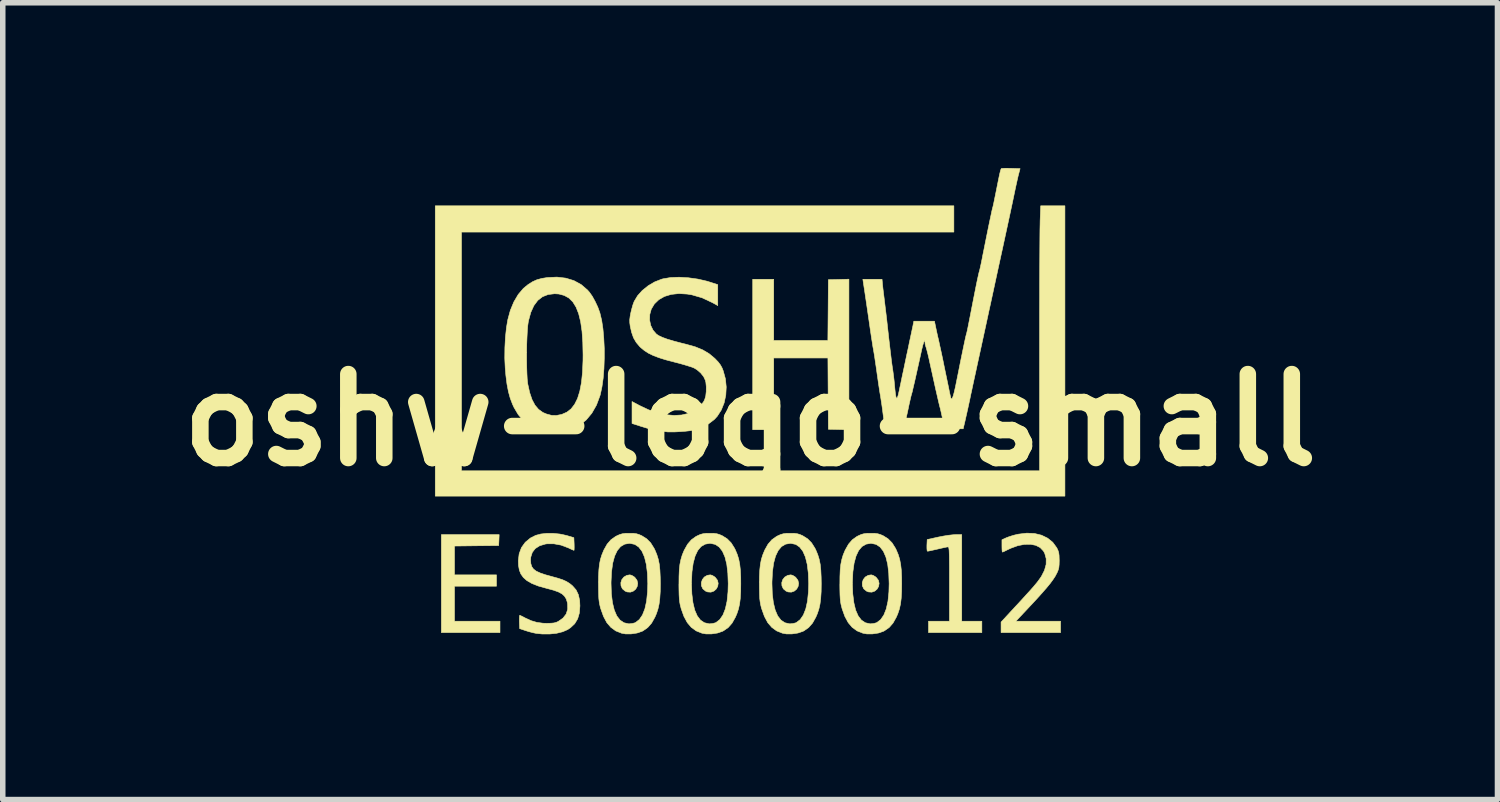
<source format=kicad_pcb>
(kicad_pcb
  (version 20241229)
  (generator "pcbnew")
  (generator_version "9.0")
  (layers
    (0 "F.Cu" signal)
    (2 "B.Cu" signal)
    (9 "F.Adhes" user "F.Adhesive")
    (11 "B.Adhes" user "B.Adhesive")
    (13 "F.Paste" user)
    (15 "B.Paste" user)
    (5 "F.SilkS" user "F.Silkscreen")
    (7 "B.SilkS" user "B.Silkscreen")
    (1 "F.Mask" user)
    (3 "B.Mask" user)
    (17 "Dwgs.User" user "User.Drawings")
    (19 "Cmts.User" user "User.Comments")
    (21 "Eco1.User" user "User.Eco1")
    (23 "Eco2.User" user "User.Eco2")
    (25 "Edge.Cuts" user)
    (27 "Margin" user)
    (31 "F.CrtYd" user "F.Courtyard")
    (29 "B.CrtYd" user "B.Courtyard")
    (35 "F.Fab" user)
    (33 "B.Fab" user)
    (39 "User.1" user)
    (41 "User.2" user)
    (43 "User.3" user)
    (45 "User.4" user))
  (footprint "oshw-logo-small"
    (layer "F.Cu")
    (at 10.566 4.575)
    (property "Reference" "oshw-logo-small" (at 0 0 0) (layer "F.SilkS") (effects (font (size 1.524 1.524) (thickness 0.3))))
    (attr through_hole)
    (fp_poly (pts (xy -4.559 2.179) (xy -4.564 2.278) (xy -4.965 2.282) (xy -5.366 2.287) (xy -5.366 2.81) (xy -4.604 2.81) (xy -4.604 3.016) (xy -5.366 3.016) (xy -5.366 3.651) (xy -4.54 3.651) (xy -4.54 3.858) (xy -5.604 3.858) (xy -5.604 2.08) (xy -4.555 2.08) (xy -4.559 2.179)) (stroke (width 0.01) (type solid)) (fill yes) (layer "F.SilkS"))
    (fp_poly (pts (xy 1.794 0.176) (xy 1.607 0.171) (xy 1.421 0.167) (xy 1.413 -1.127) (xy 0.429 -1.127) (xy 0.429 0.175) (xy 0.048 0.175) (xy 0.048 -2.556) (xy 0.429 -2.556) (xy 0.429 -1.445) (xy 1.412 -1.445) (xy 1.417 -1.996) (xy 1.421 -2.548) (xy 1.607 -2.552) (xy 1.794 -2.557) (xy 1.794 0.176)) (stroke (width 0.01) (type solid)) (fill yes) (layer "F.SilkS"))
    (fp_poly (pts (xy -2.146 2.82) (xy -2.104 2.846) (xy -2.092 2.856) (xy -2.053 2.908) (xy -2.04 2.964) (xy -2.049 3.02) (xy -2.076 3.069) (xy -2.119 3.105) (xy -2.172 3.124) (xy -2.232 3.12) (xy -2.268 3.105) (xy -2.318 3.063) (xy -2.343 3.009) (xy -2.346 2.952) (xy -2.328 2.896) (xy -2.291 2.85) (xy -2.238 2.819) (xy -2.182 2.81) (xy -2.146 2.82)) (stroke (width 0.01) (type solid)) (fill yes) (layer "F.SilkS"))
    (fp_poly (pts (xy -0.686 2.82) (xy -0.644 2.846) (xy -0.632 2.856) (xy -0.592 2.908) (xy -0.579 2.964) (xy -0.588 3.02) (xy -0.616 3.069) (xy -0.658 3.105) (xy -0.711 3.124) (xy -0.771 3.12) (xy -0.808 3.105) (xy -0.858 3.063) (xy -0.883 3.009) (xy -0.885 2.952) (xy -0.867 2.896) (xy -0.831 2.85) (xy -0.778 2.819) (xy -0.722 2.81) (xy -0.686 2.82)) (stroke (width 0.01) (type solid)) (fill yes) (layer "F.SilkS"))
    (fp_poly (pts (xy 0.775 2.82) (xy 0.817 2.846) (xy 0.829 2.856) (xy 0.868 2.908) (xy 0.881 2.964) (xy 0.872 3.02) (xy 0.845 3.069) (xy 0.802 3.105) (xy 0.749 3.124) (xy 0.689 3.12) (xy 0.653 3.105) (xy 0.603 3.063) (xy 0.578 3.009) (xy 0.575 2.952) (xy 0.593 2.896) (xy 0.63 2.85) (xy 0.683 2.819) (xy 0.739 2.81) (xy 0.775 2.82)) (stroke (width 0.01) (type solid)) (fill yes) (layer "F.SilkS"))
    (fp_poly (pts (xy 2.235 2.82) (xy 2.277 2.846) (xy 2.289 2.856) (xy 2.329 2.908) (xy 2.342 2.964) (xy 2.333 3.02) (xy 2.305 3.069) (xy 2.263 3.105) (xy 2.21 3.124) (xy 2.15 3.12) (xy 2.113 3.105) (xy 2.063 3.063) (xy 2.038 3.009) (xy 2.036 2.952) (xy 2.054 2.896) (xy 2.09 2.85) (xy 2.143 2.819) (xy 2.199 2.81) (xy 2.235 2.82)) (stroke (width 0.01) (type solid)) (fill yes) (layer "F.SilkS"))
    (fp_poly (pts (xy 3.699 -3.413) (xy -5.239 -3.413) (xy -5.239 0.921) (xy 5.255 0.921) (xy 5.255 -1.21) (xy 5.255 -1.474) (xy 5.255 -1.732) (xy 5.255 -1.982) (xy 5.256 -2.223) (xy 5.256 -2.452) (xy 5.257 -2.668) (xy 5.258 -2.867) (xy 5.259 -3.048) (xy 5.26 -3.209) (xy 5.261 -3.347) (xy 5.262 -3.461) (xy 5.264 -3.548) (xy 5.265 -3.605) (xy 5.265 -3.616) (xy 5.275 -3.889) (xy 5.715 -3.889) (xy 5.715 1.381) (xy -5.715 1.381) (xy -5.715 -3.889) (xy 3.699 -3.889) (xy 3.699 -3.413)) (stroke (width 0.01) (type solid)) (fill yes) (layer "F.SilkS"))
    (fp_poly (pts (xy 3.842 3.651) (xy 4.207 3.651) (xy 4.207 3.858) (xy 3.239 3.858) (xy 3.239 3.651) (xy 3.619 3.651) (xy 3.619 2.977) (xy 3.619 2.811) (xy 3.619 2.674) (xy 3.618 2.564) (xy 3.617 2.477) (xy 3.615 2.412) (xy 3.613 2.364) (xy 3.609 2.332) (xy 3.605 2.313) (xy 3.6 2.304) (xy 3.596 2.302) (xy 3.571 2.305) (xy 3.523 2.315) (xy 3.459 2.329) (xy 3.404 2.342) (xy 3.334 2.358) (xy 3.275 2.371) (xy 3.235 2.379) (xy 3.22 2.381) (xy 3.213 2.367) (xy 3.21 2.328) (xy 3.21 2.275) (xy 3.215 2.169) (xy 3.413 2.125) (xy 3.51 2.106) (xy 3.605 2.091) (xy 3.687 2.082) (xy 3.727 2.08) (xy 3.842 2.08) (xy 3.842 3.651)) (stroke (width 0.01) (type solid)) (fill yes) (layer "F.SilkS"))
    (fp_poly (pts (xy 5.163 2.059) (xy 5.29 2.09) (xy 5.401 2.144) (xy 5.494 2.219) (xy 5.564 2.315) (xy 5.569 2.323) (xy 5.59 2.368) (xy 5.603 2.41) (xy 5.609 2.459) (xy 5.611 2.527) (xy 5.612 2.548) (xy 5.61 2.622) (xy 5.605 2.676) (xy 5.593 2.722) (xy 5.573 2.77) (xy 5.566 2.783) (xy 5.537 2.838) (xy 5.498 2.897) (xy 5.448 2.965) (xy 5.384 3.043) (xy 5.304 3.135) (xy 5.207 3.243) (xy 5.088 3.371) (xy 5.082 3.377) (xy 4.825 3.651) (xy 5.636 3.651) (xy 5.636 3.858) (xy 4.556 3.858) (xy 4.556 3.667) (xy 4.824 3.377) (xy 4.928 3.265) (xy 5.012 3.172) (xy 5.081 3.097) (xy 5.135 3.036) (xy 5.178 2.985) (xy 5.213 2.943) (xy 5.241 2.905) (xy 5.266 2.87) (xy 5.288 2.838) (xy 5.344 2.728) (xy 5.374 2.62) (xy 5.375 2.516) (xy 5.349 2.421) (xy 5.325 2.377) (xy 5.266 2.315) (xy 5.186 2.274) (xy 5.09 2.255) (xy 4.98 2.257) (xy 4.86 2.28) (xy 4.734 2.326) (xy 4.68 2.351) (xy 4.632 2.375) (xy 4.596 2.392) (xy 4.58 2.397) (xy 4.576 2.383) (xy 4.573 2.344) (xy 4.572 2.29) (xy 4.572 2.285) (xy 4.572 2.173) (xy 4.655 2.135) (xy 4.712 2.114) (xy 4.786 2.091) (xy 4.862 2.073) (xy 4.873 2.071) (xy 5.023 2.053) (xy 5.163 2.059)) (stroke (width 0.01) (type solid)) (fill yes) (layer "F.SilkS"))
    (fp_poly (pts (xy -2.117 2.057) (xy -2.063 2.064) (xy -2.016 2.078) (xy -1.966 2.1) (xy -1.877 2.156) (xy -1.805 2.229) (xy -1.744 2.326) (xy -1.728 2.358) (xy -1.693 2.442) (xy -1.667 2.526) (xy -1.648 2.619) (xy -1.637 2.725) (xy -1.631 2.852) (xy -1.629 2.969) (xy -1.631 3.115) (xy -1.639 3.237) (xy -1.652 3.34) (xy -1.672 3.43) (xy -1.7 3.514) (xy -1.728 3.579) (xy -1.788 3.686) (xy -1.858 3.766) (xy -1.942 3.825) (xy -1.959 3.834) (xy -2.052 3.866) (xy -2.158 3.882) (xy -2.263 3.882) (xy -2.334 3.869) (xy -2.439 3.827) (xy -2.527 3.763) (xy -2.601 3.677) (xy -2.661 3.564) (xy -2.711 3.424) (xy -2.718 3.4) (xy -2.73 3.349) (xy -2.739 3.298) (xy -2.746 3.24) (xy -2.749 3.169) (xy -2.751 3.077) (xy -2.752 2.985) (xy -2.752 2.969) (xy -2.524 2.969) (xy -2.518 3.156) (xy -2.498 3.317) (xy -2.465 3.45) (xy -2.42 3.555) (xy -2.361 3.631) (xy -2.291 3.679) (xy -2.208 3.698) (xy -2.194 3.699) (xy -2.139 3.693) (xy -2.089 3.68) (xy -2.081 3.676) (xy -2.011 3.622) (xy -1.954 3.539) (xy -1.91 3.428) (xy -1.879 3.288) (xy -1.862 3.121) (xy -1.857 2.969) (xy -1.864 2.78) (xy -1.884 2.619) (xy -1.917 2.486) (xy -1.963 2.381) (xy -2.022 2.305) (xy -2.093 2.257) (xy -2.178 2.239) (xy -2.191 2.238) (xy -2.277 2.253) (xy -2.35 2.296) (xy -2.411 2.369) (xy -2.459 2.469) (xy -2.494 2.598) (xy -2.515 2.755) (xy -2.524 2.94) (xy -2.524 2.969) (xy -2.752 2.969) (xy -2.751 2.839) (xy -2.745 2.719) (xy -2.734 2.618) (xy -2.717 2.531) (xy -2.692 2.45) (xy -2.659 2.37) (xy -2.654 2.358) (xy -2.595 2.253) (xy -2.527 2.174) (xy -2.443 2.114) (xy -2.416 2.1) (xy -2.364 2.077) (xy -2.317 2.064) (xy -2.262 2.057) (xy -2.191 2.056) (xy -2.117 2.057)) (stroke (width 0.01) (type solid)) (fill yes) (layer "F.SilkS"))
    (fp_poly (pts (xy -0.657 2.057) (xy -0.603 2.064) (xy -0.556 2.078) (xy -0.505 2.1) (xy -0.416 2.156) (xy -0.344 2.229) (xy -0.283 2.326) (xy -0.267 2.358) (xy -0.232 2.442) (xy -0.206 2.526) (xy -0.188 2.619) (xy -0.176 2.725) (xy -0.17 2.852) (xy -0.169 2.969) (xy -0.171 3.115) (xy -0.178 3.237) (xy -0.191 3.34) (xy -0.211 3.43) (xy -0.239 3.514) (xy -0.267 3.579) (xy -0.327 3.686) (xy -0.397 3.766) (xy -0.482 3.825) (xy -0.499 3.834) (xy -0.591 3.866) (xy -0.697 3.882) (xy -0.803 3.882) (xy -0.874 3.869) (xy -0.979 3.827) (xy -1.067 3.763) (xy -1.14 3.677) (xy -1.201 3.564) (xy -1.251 3.424) (xy -1.257 3.4) (xy -1.27 3.349) (xy -1.279 3.298) (xy -1.285 3.24) (xy -1.289 3.169) (xy -1.291 3.077) (xy -1.292 2.985) (xy -1.291 2.969) (xy -1.064 2.969) (xy -1.057 3.156) (xy -1.037 3.317) (xy -1.005 3.45) (xy -0.959 3.555) (xy -0.901 3.631) (xy -0.83 3.679) (xy -0.747 3.698) (xy -0.733 3.699) (xy -0.678 3.693) (xy -0.629 3.68) (xy -0.62 3.676) (xy -0.55 3.622) (xy -0.493 3.539) (xy -0.449 3.428) (xy -0.418 3.288) (xy -0.401 3.121) (xy -0.397 2.969) (xy -0.404 2.78) (xy -0.423 2.619) (xy -0.456 2.486) (xy -0.502 2.381) (xy -0.561 2.305) (xy -0.633 2.257) (xy -0.717 2.239) (xy -0.73 2.238) (xy -0.816 2.253) (xy -0.89 2.296) (xy -0.951 2.369) (xy -0.998 2.469) (xy -1.033 2.598) (xy -1.055 2.755) (xy -1.063 2.94) (xy -1.064 2.969) (xy -1.291 2.969) (xy -1.29 2.839) (xy -1.285 2.719) (xy -1.274 2.618) (xy -1.256 2.531) (xy -1.232 2.45) (xy -1.199 2.37) (xy -1.193 2.358) (xy -1.134 2.253) (xy -1.066 2.174) (xy -0.983 2.114) (xy -0.955 2.1) (xy -0.904 2.077) (xy -0.856 2.064) (xy -0.802 2.057) (xy -0.73 2.056) (xy -0.657 2.057)) (stroke (width 0.01) (type solid)) (fill yes) (layer "F.SilkS"))
    (fp_poly (pts (xy 0.804 2.057) (xy 0.858 2.064) (xy 0.905 2.078) (xy 0.955 2.1) (xy 1.044 2.156) (xy 1.116 2.229) (xy 1.177 2.326) (xy 1.193 2.358) (xy 1.228 2.442) (xy 1.254 2.526) (xy 1.273 2.619) (xy 1.284 2.725) (xy 1.29 2.852) (xy 1.292 2.969) (xy 1.29 3.115) (xy 1.282 3.237) (xy 1.269 3.34) (xy 1.249 3.43) (xy 1.221 3.514) (xy 1.193 3.579) (xy 1.133 3.686) (xy 1.063 3.766) (xy 0.979 3.825) (xy 0.962 3.834) (xy 0.869 3.866) (xy 0.763 3.882) (xy 0.658 3.882) (xy 0.587 3.869) (xy 0.482 3.827) (xy 0.394 3.763) (xy 0.32 3.677) (xy 0.26 3.564) (xy 0.21 3.424) (xy 0.203 3.4) (xy 0.191 3.349) (xy 0.182 3.298) (xy 0.175 3.24) (xy 0.172 3.169) (xy 0.17 3.077) (xy 0.169 2.985) (xy 0.169 2.969) (xy 0.397 2.969) (xy 0.403 3.156) (xy 0.423 3.317) (xy 0.456 3.45) (xy 0.501 3.555) (xy 0.56 3.631) (xy 0.63 3.679) (xy 0.713 3.698) (xy 0.727 3.699) (xy 0.782 3.693) (xy 0.832 3.68) (xy 0.84 3.676) (xy 0.91 3.622) (xy 0.967 3.539) (xy 1.011 3.428) (xy 1.042 3.288) (xy 1.059 3.121) (xy 1.064 2.969) (xy 1.057 2.78) (xy 1.037 2.619) (xy 1.004 2.486) (xy 0.958 2.381) (xy 0.899 2.305) (xy 0.828 2.257) (xy 0.743 2.239) (xy 0.73 2.238) (xy 0.644 2.253) (xy 0.571 2.296) (xy 0.51 2.369) (xy 0.462 2.469) (xy 0.427 2.598) (xy 0.406 2.755) (xy 0.397 2.94) (xy 0.397 2.969) (xy 0.169 2.969) (xy 0.17 2.839) (xy 0.176 2.719) (xy 0.187 2.618) (xy 0.204 2.531) (xy 0.229 2.45) (xy 0.262 2.37) (xy 0.267 2.358) (xy 0.326 2.253) (xy 0.394 2.174) (xy 0.478 2.114) (xy 0.505 2.1) (xy 0.557 2.077) (xy 0.604 2.064) (xy 0.659 2.057) (xy 0.73 2.056) (xy 0.804 2.057)) (stroke (width 0.01) (type solid)) (fill yes) (layer "F.SilkS"))
    (fp_poly (pts (xy 2.264 2.057) (xy 2.318 2.064) (xy 2.365 2.078) (xy 2.416 2.1) (xy 2.505 2.156) (xy 2.577 2.229) (xy 2.638 2.326) (xy 2.654 2.358) (xy 2.689 2.442) (xy 2.715 2.526) (xy 2.733 2.619) (xy 2.745 2.725) (xy 2.751 2.852) (xy 2.752 2.969) (xy 2.75 3.115) (xy 2.743 3.237) (xy 2.73 3.34) (xy 2.71 3.43) (xy 2.682 3.514) (xy 2.654 3.579) (xy 2.594 3.686) (xy 2.524 3.766) (xy 2.439 3.825) (xy 2.422 3.834) (xy 2.33 3.866) (xy 2.224 3.882) (xy 2.118 3.882) (xy 2.047 3.869) (xy 1.942 3.827) (xy 1.854 3.763) (xy 1.781 3.677) (xy 1.72 3.564) (xy 1.67 3.424) (xy 1.664 3.4) (xy 1.651 3.349) (xy 1.642 3.298) (xy 1.636 3.24) (xy 1.632 3.169) (xy 1.63 3.077) (xy 1.629 2.985) (xy 1.63 2.969) (xy 1.857 2.969) (xy 1.864 3.156) (xy 1.884 3.317) (xy 1.916 3.45) (xy 1.962 3.555) (xy 2.02 3.631) (xy 2.091 3.679) (xy 2.174 3.698) (xy 2.188 3.699) (xy 2.243 3.693) (xy 2.292 3.68) (xy 2.301 3.676) (xy 2.371 3.622) (xy 2.428 3.539) (xy 2.472 3.428) (xy 2.503 3.288) (xy 2.52 3.121) (xy 2.524 2.969) (xy 2.517 2.78) (xy 2.498 2.619) (xy 2.465 2.486) (xy 2.419 2.381) (xy 2.36 2.305) (xy 2.288 2.257) (xy 2.204 2.239) (xy 2.191 2.238) (xy 2.105 2.253) (xy 2.031 2.296) (xy 1.97 2.369) (xy 1.923 2.469) (xy 1.888 2.598) (xy 1.866 2.755) (xy 1.858 2.94) (xy 1.857 2.969) (xy 1.63 2.969) (xy 1.631 2.839) (xy 1.636 2.719) (xy 1.647 2.618) (xy 1.665 2.531) (xy 1.689 2.45) (xy 1.722 2.37) (xy 1.728 2.358) (xy 1.787 2.253) (xy 1.855 2.174) (xy 1.938 2.114) (xy 1.966 2.1) (xy 2.017 2.077) (xy 2.065 2.064) (xy 2.119 2.057) (xy 2.191 2.056) (xy 2.264 2.057)) (stroke (width 0.01) (type solid)) (fill yes) (layer "F.SilkS"))
    (fp_poly (pts (xy -3.574 2.057) (xy -3.454 2.069) (xy -3.341 2.093) (xy -3.326 2.097) (xy -3.199 2.135) (xy -3.194 2.25) (xy -3.193 2.306) (xy -3.194 2.347) (xy -3.196 2.365) (xy -3.197 2.365) (xy -3.214 2.359) (xy -3.251 2.343) (xy -3.301 2.319) (xy -3.302 2.319) (xy -3.432 2.27) (xy -3.562 2.246) (xy -3.685 2.246) (xy -3.718 2.251) (xy -3.821 2.282) (xy -3.9 2.333) (xy -3.953 2.401) (xy -3.981 2.488) (xy -3.985 2.542) (xy -3.98 2.607) (xy -3.963 2.661) (xy -3.932 2.705) (xy -3.882 2.743) (xy -3.811 2.776) (xy -3.714 2.809) (xy -3.601 2.84) (xy -3.489 2.871) (xy -3.401 2.9) (xy -3.331 2.932) (xy -3.273 2.969) (xy -3.224 3.009) (xy -3.159 3.083) (xy -3.117 3.17) (xy -3.094 3.275) (xy -3.089 3.373) (xy -3.099 3.502) (xy -3.13 3.608) (xy -3.183 3.696) (xy -3.26 3.769) (xy -3.312 3.804) (xy -3.402 3.843) (xy -3.514 3.871) (xy -3.64 3.884) (xy -3.771 3.884) (xy -3.885 3.872) (xy -3.946 3.859) (xy -4.018 3.84) (xy -4.076 3.822) (xy -4.183 3.786) (xy -4.188 3.662) (xy -4.188 3.604) (xy -4.186 3.562) (xy -4.181 3.543) (xy -4.18 3.543) (xy -4.16 3.553) (xy -4.121 3.572) (xy -4.088 3.59) (xy -3.975 3.642) (xy -3.87 3.673) (xy -3.76 3.688) (xy -3.691 3.69) (xy -3.614 3.688) (xy -3.559 3.683) (xy -3.516 3.671) (xy -3.481 3.655) (xy -3.396 3.595) (xy -3.339 3.522) (xy -3.311 3.435) (xy -3.313 3.337) (xy -3.318 3.309) (xy -3.337 3.248) (xy -3.368 3.198) (xy -3.413 3.156) (xy -3.478 3.121) (xy -3.566 3.089) (xy -3.681 3.058) (xy -3.693 3.055) (xy -3.843 3.013) (xy -3.962 2.966) (xy -4.053 2.913) (xy -4.116 2.857) (xy -4.161 2.794) (xy -4.189 2.723) (xy -4.204 2.637) (xy -4.207 2.554) (xy -4.192 2.428) (xy -4.15 2.315) (xy -4.081 2.219) (xy -3.988 2.142) (xy -3.891 2.093) (xy -3.802 2.069) (xy -3.694 2.057) (xy -3.574 2.057)) (stroke (width 0.01) (type solid)) (fill yes) (layer "F.SilkS"))
    (fp_poly (pts (xy -3.345 -2.576) (xy -3.198 -2.531) (xy -3.066 -2.459) (xy -2.952 -2.361) (xy -2.916 -2.32) (xy -2.864 -2.246) (xy -2.812 -2.151) (xy -2.764 -2.049) (xy -2.728 -1.95) (xy -2.725 -1.939) (xy -2.694 -1.809) (xy -2.671 -1.656) (xy -2.656 -1.484) (xy -2.647 -1.303) (xy -2.647 -1.117) (xy -2.653 -0.933) (xy -2.667 -0.759) (xy -2.689 -0.602) (xy -2.718 -0.467) (xy -2.725 -0.442) (xy -2.789 -0.271) (xy -2.873 -0.124) (xy -2.975 -0.002) (xy -3.094 0.093) (xy -3.23 0.162) (xy -3.382 0.203) (xy -3.549 0.217) (xy -3.699 0.207) (xy -3.798 0.189) (xy -3.883 0.161) (xy -3.968 0.117) (xy -4.018 0.085) (xy -4.123 0.002) (xy -4.21 -0.101) (xy -4.285 -0.228) (xy -4.312 -0.286) (xy -4.354 -0.396) (xy -4.387 -0.516) (xy -4.413 -0.652) (xy -4.433 -0.809) (xy -4.445 -0.946) (xy -4.452 -1.096) (xy -4.057 -1.096) (xy -4.055 -0.966) (xy -4.051 -0.847) (xy -4.046 -0.746) (xy -4.038 -0.668) (xy -4.035 -0.651) (xy -4.001 -0.497) (xy -3.958 -0.371) (xy -3.905 -0.271) (xy -3.84 -0.194) (xy -3.762 -0.138) (xy -3.696 -0.11) (xy -3.603 -0.085) (xy -3.518 -0.083) (xy -3.425 -0.101) (xy -3.415 -0.104) (xy -3.326 -0.143) (xy -3.249 -0.203) (xy -3.185 -0.286) (xy -3.132 -0.392) (xy -3.091 -0.524) (xy -3.061 -0.681) (xy -3.042 -0.866) (xy -3.033 -1.08) (xy -3.032 -1.18) (xy -3.037 -1.411) (xy -3.051 -1.612) (xy -3.076 -1.785) (xy -3.112 -1.931) (xy -3.159 -2.05) (xy -3.218 -2.145) (xy -3.289 -2.215) (xy -3.373 -2.262) (xy -3.47 -2.288) (xy -3.548 -2.293) (xy -3.666 -2.279) (xy -3.768 -2.239) (xy -3.854 -2.172) (xy -3.925 -2.077) (xy -3.981 -1.954) (xy -4.022 -1.804) (xy -4.027 -1.778) (xy -4.037 -1.707) (xy -4.044 -1.611) (xy -4.05 -1.495) (xy -4.055 -1.367) (xy -4.057 -1.232) (xy -4.057 -1.096) (xy -4.452 -1.096) (xy -4.453 -1.126) (xy -4.451 -1.315) (xy -4.441 -1.503) (xy -4.422 -1.68) (xy -4.398 -1.822) (xy -4.352 -1.991) (xy -4.288 -2.145) (xy -4.209 -2.279) (xy -4.115 -2.39) (xy -4.032 -2.458) (xy -3.949 -2.511) (xy -3.869 -2.547) (xy -3.78 -2.571) (xy -3.68 -2.587) (xy -3.506 -2.595) (xy -3.345 -2.576)) (stroke (width 0.01) (type solid)) (fill yes) (layer "F.SilkS"))
    (fp_poly (pts (xy -1.121 -2.583) (xy -0.949 -2.559) (xy -0.78 -2.52) (xy -0.71 -2.498) (xy -0.587 -2.458) (xy -0.587 -2.078) (xy -0.687 -2.133) (xy -0.87 -2.219) (xy -1.056 -2.273) (xy -1.141 -2.287) (xy -1.294 -2.296) (xy -1.432 -2.281) (xy -1.554 -2.244) (xy -1.656 -2.186) (xy -1.738 -2.107) (xy -1.794 -2.013) (xy -1.821 -1.916) (xy -1.824 -1.815) (xy -1.804 -1.718) (xy -1.762 -1.632) (xy -1.702 -1.562) (xy -1.662 -1.534) (xy -1.597 -1.503) (xy -1.502 -1.468) (xy -1.38 -1.432) (xy -1.236 -1.394) (xy -1.158 -1.375) (xy -0.995 -1.329) (xy -0.859 -1.273) (xy -0.743 -1.204) (xy -0.642 -1.12) (xy -0.634 -1.112) (xy -0.577 -1.052) (xy -0.538 -1) (xy -0.508 -0.945) (xy -0.488 -0.894) (xy -0.448 -0.749) (xy -0.433 -0.6) (xy -0.441 -0.453) (xy -0.471 -0.312) (xy -0.523 -0.182) (xy -0.595 -0.07) (xy -0.648 -0.012) (xy -0.754 0.069) (xy -0.879 0.135) (xy -1.011 0.179) (xy -1.03 0.183) (xy -1.093 0.194) (xy -1.175 0.203) (xy -1.266 0.21) (xy -1.357 0.215) (xy -1.437 0.216) (xy -1.5 0.215) (xy -1.516 0.213) (xy -1.633 0.196) (xy -1.727 0.18) (xy -1.807 0.164) (xy -1.883 0.144) (xy -1.964 0.119) (xy -1.972 0.117) (xy -2.143 0.062) (xy -2.143 -0.336) (xy -2.012 -0.266) (xy -1.848 -0.188) (xy -1.686 -0.131) (xy -1.529 -0.097) (xy -1.38 -0.084) (xy -1.241 -0.092) (xy -1.116 -0.121) (xy -1.006 -0.17) (xy -0.915 -0.241) (xy -0.845 -0.331) (xy -0.824 -0.372) (xy -0.805 -0.435) (xy -0.796 -0.516) (xy -0.795 -0.604) (xy -0.803 -0.686) (xy -0.811 -0.719) (xy -0.842 -0.786) (xy -0.896 -0.854) (xy -0.964 -0.913) (xy -1.015 -0.944) (xy -1.054 -0.96) (xy -1.117 -0.98) (xy -1.198 -1.005) (xy -1.291 -1.031) (xy -1.381 -1.054) (xy -1.533 -1.094) (xy -1.657 -1.133) (xy -1.759 -1.172) (xy -1.844 -1.213) (xy -1.916 -1.259) (xy -1.979 -1.311) (xy -2.002 -1.332) (xy -2.067 -1.409) (xy -2.116 -1.493) (xy -2.151 -1.593) (xy -2.176 -1.704) (xy -2.184 -1.766) (xy -2.185 -1.821) (xy -2.177 -1.885) (xy -2.167 -1.939) (xy -2.149 -2.014) (xy -2.128 -2.089) (xy -2.106 -2.149) (xy -2.103 -2.155) (xy -2.042 -2.257) (xy -1.956 -2.353) (xy -1.85 -2.438) (xy -1.733 -2.507) (xy -1.609 -2.556) (xy -1.58 -2.564) (xy -1.443 -2.587) (xy -1.288 -2.593) (xy -1.121 -2.583)) (stroke (width 0.01) (type solid)) (fill yes) (layer "F.SilkS"))
    (fp_poly (pts (xy 4.682 -4.57) (xy 4.734 -4.569) (xy 4.901 -4.564) (xy 4.878 -4.477) (xy 4.866 -4.431) (xy 4.85 -4.361) (xy 4.831 -4.276) (xy 4.811 -4.183) (xy 4.801 -4.135) (xy 4.764 -3.958) (xy 4.721 -3.757) (xy 4.674 -3.539) (xy 4.625 -3.313) (xy 4.576 -3.086) (xy 4.564 -3.032) (xy 4.54 -2.922) (xy 4.512 -2.793) (xy 4.483 -2.66) (xy 4.456 -2.535) (xy 4.445 -2.484) (xy 4.42 -2.368) (xy 4.392 -2.239) (xy 4.364 -2.109) (xy 4.338 -1.992) (xy 4.328 -1.945) (xy 4.275 -1.7) (xy 4.228 -1.484) (xy 4.187 -1.295) (xy 4.151 -1.13) (xy 4.12 -0.988) (xy 4.094 -0.866) (xy 4.071 -0.762) (xy 4.052 -0.674) (xy 4.036 -0.6) (xy 4.023 -0.537) (xy 4.011 -0.484) (xy 4.001 -0.438) (xy 3.993 -0.397) (xy 3.985 -0.359) (xy 3.977 -0.322) (xy 3.976 -0.318) (xy 3.956 -0.225) (xy 3.934 -0.126) (xy 3.913 -0.034) (xy 3.903 0.012) (xy 3.868 0.159) (xy 3.531 0.159) (xy 3.502 0.012) (xy 3.485 -0.065) (xy 3.468 -0.143) (xy 3.453 -0.207) (xy 3.449 -0.222) (xy 3.436 -0.272) (xy 3.419 -0.344) (xy 3.397 -0.44) (xy 3.369 -0.561) (xy 3.336 -0.71) (xy 3.297 -0.887) (xy 3.263 -1.04) (xy 3.244 -1.128) (xy 3.225 -1.208) (xy 3.208 -1.273) (xy 3.196 -1.316) (xy 3.191 -1.33) (xy 3.178 -1.376) (xy 3.175 -1.409) (xy 3.172 -1.439) (xy 3.164 -1.439) (xy 3.152 -1.411) (xy 3.135 -1.357) (xy 3.115 -1.276) (xy 3.105 -1.23) (xy 3.066 -1.054) (xy 3.033 -0.906) (xy 3.006 -0.785) (xy 2.984 -0.687) (xy 2.966 -0.612) (xy 2.953 -0.555) (xy 2.944 -0.515) (xy 2.937 -0.49) (xy 2.933 -0.477) (xy 2.933 -0.476) (xy 2.926 -0.453) (xy 2.914 -0.405) (xy 2.899 -0.338) (xy 2.881 -0.258) (xy 2.874 -0.222) (xy 2.855 -0.134) (xy 2.836 -0.05) (xy 2.82 0.022) (xy 2.808 0.073) (xy 2.806 0.083) (xy 2.787 0.159) (xy 2.449 0.159) (xy 2.414 -0.107) (xy 2.402 -0.202) (xy 2.389 -0.293) (xy 2.377 -0.371) (xy 2.368 -0.429) (xy 2.364 -0.452) (xy 2.357 -0.492) (xy 2.347 -0.557) (xy 2.334 -0.642) (xy 2.32 -0.739) (xy 2.305 -0.843) (xy 2.302 -0.865) (xy 2.287 -0.971) (xy 2.272 -1.071) (xy 2.259 -1.161) (xy 2.247 -1.232) (xy 2.239 -1.28) (xy 2.238 -1.286) (xy 2.23 -1.327) (xy 2.22 -1.393) (xy 2.206 -1.48) (xy 2.191 -1.58) (xy 2.175 -1.689) (xy 2.167 -1.746) (xy 2.15 -1.863) (xy 2.133 -1.979) (xy 2.117 -2.089) (xy 2.103 -2.184) (xy 2.092 -2.257) (xy 2.089 -2.278) (xy 2.078 -2.353) (xy 2.067 -2.423) (xy 2.059 -2.477) (xy 2.056 -2.496) (xy 2.047 -2.556) (xy 2.395 -2.556) (xy 2.405 -2.449) (xy 2.412 -2.385) (xy 2.422 -2.303) (xy 2.433 -2.216) (xy 2.438 -2.175) (xy 2.445 -2.116) (xy 2.455 -2.032) (xy 2.468 -1.927) (xy 2.482 -1.808) (xy 2.496 -1.679) (xy 2.511 -1.547) (xy 2.515 -1.508) (xy 2.53 -1.381) (xy 2.544 -1.262) (xy 2.557 -1.153) (xy 2.568 -1.06) (xy 2.578 -0.988) (xy 2.585 -0.94) (xy 2.587 -0.929) (xy 2.594 -0.88) (xy 2.603 -0.811) (xy 2.613 -0.729) (xy 2.62 -0.659) (xy 2.629 -0.56) (xy 2.637 -0.489) (xy 2.644 -0.442) (xy 2.65 -0.413) (xy 2.658 -0.4) (xy 2.665 -0.397) (xy 2.675 -0.411) (xy 2.687 -0.447) (xy 2.695 -0.48) (xy 2.705 -0.524) (xy 2.719 -0.592) (xy 2.737 -0.676) (xy 2.756 -0.769) (xy 2.768 -0.826) (xy 2.791 -0.932) (xy 2.817 -1.057) (xy 2.845 -1.19) (xy 2.873 -1.318) (xy 2.889 -1.397) (xy 2.91 -1.495) (xy 2.929 -1.584) (xy 2.945 -1.66) (xy 2.957 -1.717) (xy 2.963 -1.749) (xy 2.964 -1.75) (xy 2.972 -1.794) (xy 3.347 -1.794) (xy 3.366 -1.703) (xy 3.38 -1.635) (xy 3.397 -1.557) (xy 3.408 -1.508) (xy 3.424 -1.441) (xy 3.444 -1.348) (xy 3.469 -1.234) (xy 3.497 -1.103) (xy 3.526 -0.96) (xy 3.557 -0.811) (xy 3.587 -0.667) (xy 3.605 -0.581) (xy 3.62 -0.505) (xy 3.633 -0.446) (xy 3.642 -0.408) (xy 3.645 -0.398) (xy 3.656 -0.382) (xy 3.669 -0.394) (xy 3.686 -0.435) (xy 3.705 -0.504) (xy 3.728 -0.604) (xy 3.743 -0.679) (xy 3.787 -0.897) (xy 3.824 -1.083) (xy 3.856 -1.239) (xy 3.882 -1.363) (xy 3.902 -1.457) (xy 3.916 -1.52) (xy 3.924 -1.552) (xy 3.925 -1.556) (xy 3.932 -1.579) (xy 3.943 -1.627) (xy 3.957 -1.695) (xy 3.973 -1.776) (xy 3.983 -1.826) (xy 4.021 -2.021) (xy 4.055 -2.195) (xy 4.085 -2.346) (xy 4.11 -2.472) (xy 4.131 -2.571) (xy 4.147 -2.643) (xy 4.157 -2.686) (xy 4.159 -2.691) (xy 4.168 -2.724) (xy 4.181 -2.78) (xy 4.197 -2.854) (xy 4.214 -2.939) (xy 4.221 -2.977) (xy 4.25 -3.12) (xy 4.278 -3.26) (xy 4.305 -3.394) (xy 4.33 -3.517) (xy 4.353 -3.627) (xy 4.373 -3.72) (xy 4.388 -3.792) (xy 4.399 -3.839) (xy 4.404 -3.858) (xy 4.41 -3.88) (xy 4.421 -3.929) (xy 4.435 -3.997) (xy 4.452 -4.081) (xy 4.468 -4.159) (xy 4.494 -4.29) (xy 4.515 -4.393) (xy 4.531 -4.469) (xy 4.544 -4.522) (xy 4.554 -4.553) (xy 4.561 -4.566) (xy 4.578 -4.568) (xy 4.621 -4.57) (xy 4.682 -4.57)) (stroke (width 0.01) (type solid)) (fill yes) (layer "F.SilkS")))
  (gr_rect
    (start -3 -3)
    (end 24.133 11.464)
    (stroke (width 0.1) (type default))
    (fill no)
    (layer "Edge.Cuts")))
</source>
